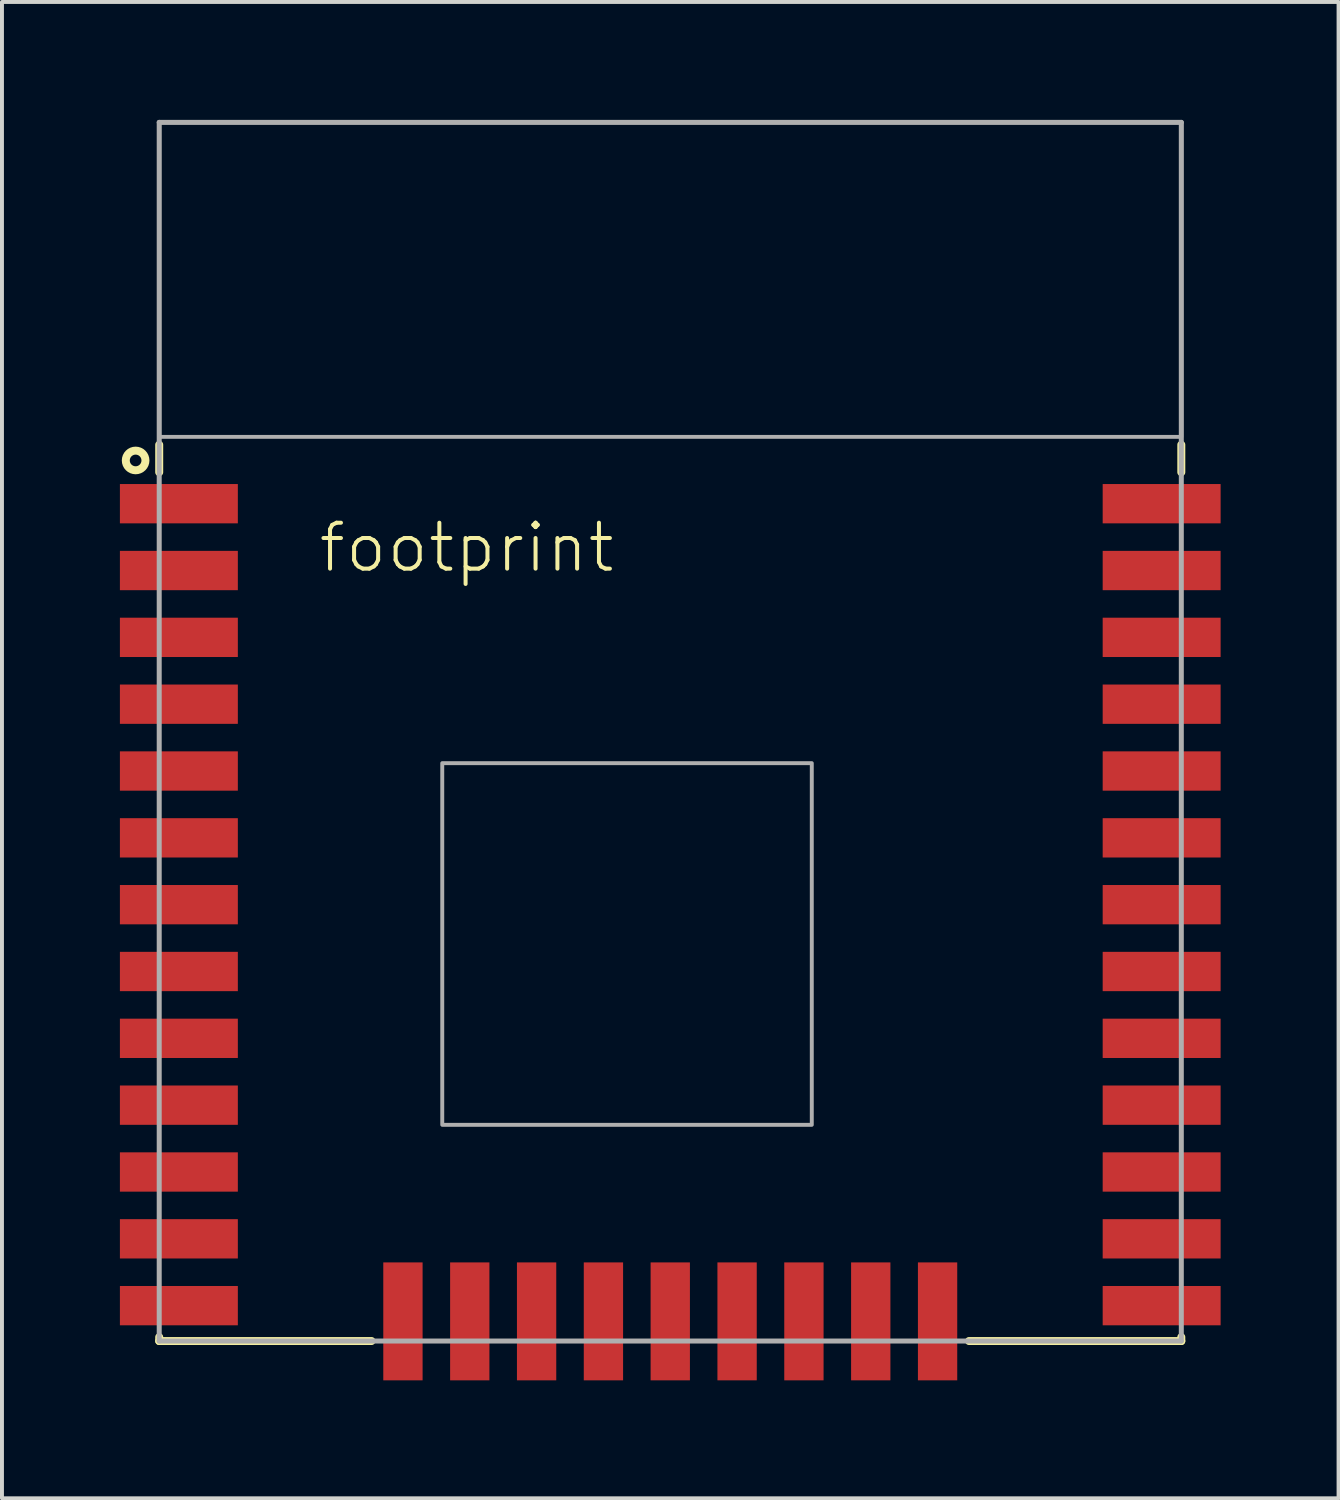
<source format=kicad_pcb>
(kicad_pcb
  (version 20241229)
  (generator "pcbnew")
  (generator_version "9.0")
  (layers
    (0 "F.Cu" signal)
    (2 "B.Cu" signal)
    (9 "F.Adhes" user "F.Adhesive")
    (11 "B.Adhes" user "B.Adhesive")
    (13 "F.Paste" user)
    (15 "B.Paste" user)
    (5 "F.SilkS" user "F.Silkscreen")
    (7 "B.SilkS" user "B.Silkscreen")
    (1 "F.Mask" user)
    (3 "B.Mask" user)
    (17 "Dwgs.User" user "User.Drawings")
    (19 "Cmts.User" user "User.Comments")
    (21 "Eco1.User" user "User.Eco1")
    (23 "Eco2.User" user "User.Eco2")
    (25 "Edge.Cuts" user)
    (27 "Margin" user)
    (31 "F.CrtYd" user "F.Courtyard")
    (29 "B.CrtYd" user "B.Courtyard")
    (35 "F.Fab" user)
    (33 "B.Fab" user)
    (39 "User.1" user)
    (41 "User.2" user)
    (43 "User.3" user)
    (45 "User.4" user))
  (footprint "footprint"
    (layer "F.Cu")
    (at 14 15.563)
    (property "Reference" "footprint" (at -9 -4 0) (layer "F.SilkS") (effects (font (size 1.168 1.168) (thickness 0.102)) (justify left bottom)))
    (fp_line (start -13 -6.6) (end -13 -7.3) (stroke (width 0.203) (type solid)) (layer "F.SilkS"))
    (fp_line (start -13 15.4) (end -13 15.5) (stroke (width 0.203) (type solid)) (layer "F.SilkS"))
    (fp_line (start -13 15.5) (end -7.6 15.5) (stroke (width 0.203) (type solid)) (layer "F.SilkS"))
    (fp_line (start 13 -6.6) (end 13 -7.3) (stroke (width 0.203) (type solid)) (layer "F.SilkS"))
    (fp_line (start 13 15.4) (end 13 15.5) (stroke (width 0.203) (type solid)) (layer "F.SilkS"))
    (fp_line (start 13 15.5) (end 7.6 15.5) (stroke (width 0.203) (type solid)) (layer "F.SilkS"))
    (fp_circle (center -13.6 -6.9) (end -13.35 -6.9) (stroke (width 0.203) (type solid)) (fill no) (layer "F.SilkS"))
    (fp_line (start -13 -15.5) (end 13 -15.5) (stroke (width 0.127) (type solid)) (layer "F.Fab"))
    (fp_line (start -13 15.5) (end -13 -15.5) (stroke (width 0.127) (type solid)) (layer "F.Fab"))
    (fp_line (start 13 -15.5) (end 13 15.5) (stroke (width 0.127) (type solid)) (layer "F.Fab"))
    (fp_line (start 13 15.5) (end -13 15.5) (stroke (width 0.127) (type solid)) (layer "F.Fab"))
    (fp_poly (pts (xy -13 -7.5) (xy 13 -7.5) (xy 13 -15.5) (xy -13 -15.5)) (stroke (width 0.1) (type solid)) (fill no) (layer "F.Fab"))
    (fp_poly (pts (xy -5.8 10) (xy 3.6 10) (xy 3.6 0.8) (xy -5.8 0.8)) (stroke (width 0.1) (type solid)) (fill no) (layer "F.Fab"))
    (pad "1" smd rect (at -12.5 -5.8) (size 3 1) (layers "F.Cu" "F.Mask" "F.Paste"))
    (pad "2" smd rect (at -12.5 -4.1) (size 3 1) (layers "F.Cu" "F.Mask" "F.Paste"))
    (pad "3" smd rect (at -12.5 -2.4) (size 3 1) (layers "F.Cu" "F.Mask" "F.Paste"))
    (pad "4" smd rect (at -12.5 -0.7) (size 3 1) (layers "F.Cu" "F.Mask" "F.Paste"))
    (pad "5" smd rect (at -12.5 1) (size 3 1) (layers "F.Cu" "F.Mask" "F.Paste"))
    (pad "6" smd rect (at -12.5 2.7) (size 3 1) (layers "F.Cu" "F.Mask" "F.Paste"))
    (pad "7" smd rect (at -12.5 4.4) (size 3 1) (layers "F.Cu" "F.Mask" "F.Paste"))
    (pad "8" smd rect (at -12.5 6.1) (size 3 1) (layers "F.Cu" "F.Mask" "F.Paste"))
    (pad "9" smd rect (at -12.5 7.8) (size 3 1) (layers "F.Cu" "F.Mask" "F.Paste"))
    (pad "10" smd rect (at -12.5 9.5) (size 3 1) (layers "F.Cu" "F.Mask" "F.Paste"))
    (pad "11" smd rect (at -12.5 11.2) (size 3 1) (layers "F.Cu" "F.Mask" "F.Paste"))
    (pad "12" smd rect (at -12.5 12.9) (size 3 1) (layers "F.Cu" "F.Mask" "F.Paste"))
    (pad "13" smd rect (at -12.5 14.6) (size 3 1) (layers "F.Cu" "F.Mask" "F.Paste"))
    (pad "14" smd rect (at -6.8 15) (size 1 3) (layers "F.Cu" "F.Mask" "F.Paste"))
    (pad "15" smd rect (at -5.1 15) (size 1 3) (layers "F.Cu" "F.Mask" "F.Paste"))
    (pad "16" smd rect (at -3.4 15) (size 1 3) (layers "F.Cu" "F.Mask" "F.Paste"))
    (pad "17" smd rect (at -1.7 15) (size 1 3) (layers "F.Cu" "F.Mask" "F.Paste"))
    (pad "18" smd rect (at 0 15) (size 1 3) (layers "F.Cu" "F.Mask" "F.Paste"))
    (pad "19" smd rect (at 1.7 15) (size 1 3) (layers "F.Cu" "F.Mask" "F.Paste"))
    (pad "20" smd rect (at 3.4 15) (size 1 3) (layers "F.Cu" "F.Mask" "F.Paste"))
    (pad "21" smd rect (at 5.1 15) (size 1 3) (layers "F.Cu" "F.Mask" "F.Paste"))
    (pad "22" smd rect (at 6.8 15) (size 1 3) (layers "F.Cu" "F.Mask" "F.Paste"))
    (pad "23" smd rect (at 12.5 14.6 180) (size 3 1) (layers "F.Cu" "F.Mask" "F.Paste"))
    (pad "24" smd rect (at 12.5 12.9 180) (size 3 1) (layers "F.Cu" "F.Mask" "F.Paste"))
    (pad "25" smd rect (at 12.5 11.2 180) (size 3 1) (layers "F.Cu" "F.Mask" "F.Paste"))
    (pad "26" smd rect (at 12.5 9.5 180) (size 3 1) (layers "F.Cu" "F.Mask" "F.Paste"))
    (pad "27" smd rect (at 12.5 7.8 180) (size 3 1) (layers "F.Cu" "F.Mask" "F.Paste"))
    (pad "28" smd rect (at 12.5 6.1 180) (size 3 1) (layers "F.Cu" "F.Mask" "F.Paste"))
    (pad "29" smd rect (at 12.5 4.4 180) (size 3 1) (layers "F.Cu" "F.Mask" "F.Paste"))
    (pad "30" smd rect (at 12.5 2.7 180) (size 3 1) (layers "F.Cu" "F.Mask" "F.Paste"))
    (pad "31" smd rect (at 12.5 1 180) (size 3 1) (layers "F.Cu" "F.Mask" "F.Paste"))
    (pad "32" smd rect (at 12.5 -0.7 180) (size 3 1) (layers "F.Cu" "F.Mask" "F.Paste"))
    (pad "33" smd rect (at 12.5 -2.4 180) (size 3 1) (layers "F.Cu" "F.Mask" "F.Paste"))
    (pad "34" smd rect (at 12.5 -4.1 180) (size 3 1) (layers "F.Cu" "F.Mask" "F.Paste"))
    (pad "35" smd rect (at 12.5 -5.8 180) (size 3 1) (layers "F.Cu" "F.Mask" "F.Paste")))
  (gr_rect
    (start -3 -3)
    (end 31 35.063)
    (stroke (width 0.1) (type default))
    (fill no)
    (layer "Edge.Cuts")))
</source>
